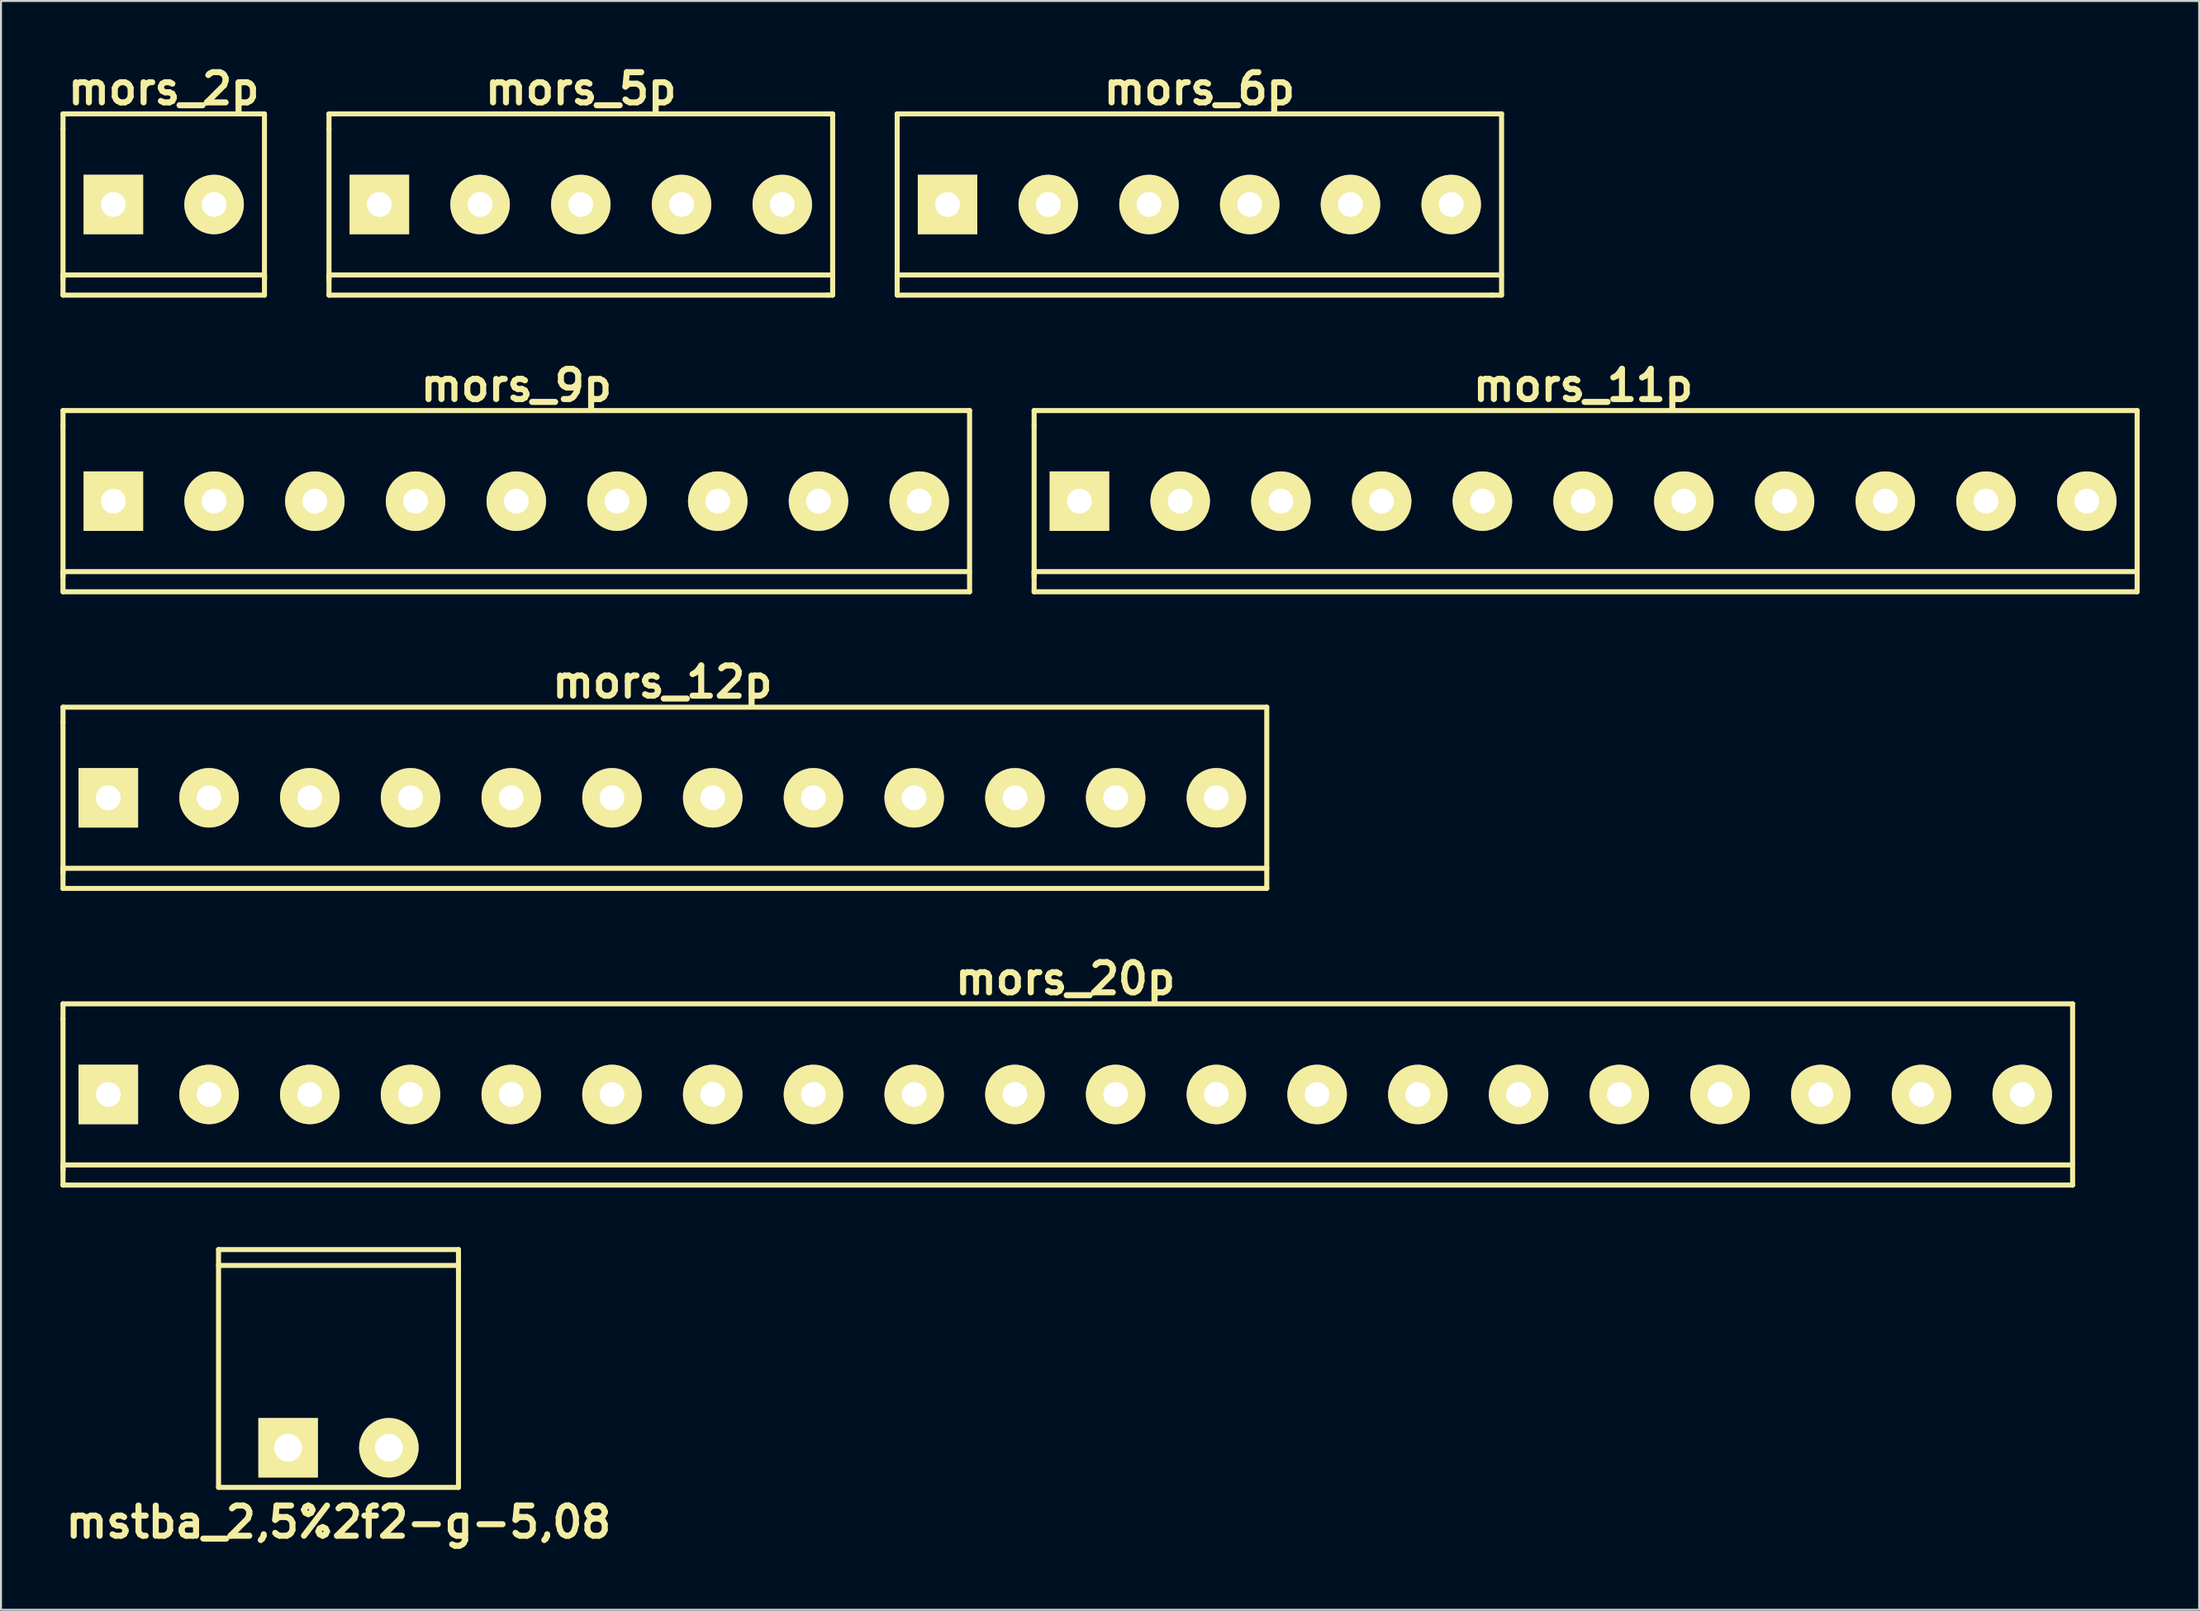
<source format=kicad_pcb>
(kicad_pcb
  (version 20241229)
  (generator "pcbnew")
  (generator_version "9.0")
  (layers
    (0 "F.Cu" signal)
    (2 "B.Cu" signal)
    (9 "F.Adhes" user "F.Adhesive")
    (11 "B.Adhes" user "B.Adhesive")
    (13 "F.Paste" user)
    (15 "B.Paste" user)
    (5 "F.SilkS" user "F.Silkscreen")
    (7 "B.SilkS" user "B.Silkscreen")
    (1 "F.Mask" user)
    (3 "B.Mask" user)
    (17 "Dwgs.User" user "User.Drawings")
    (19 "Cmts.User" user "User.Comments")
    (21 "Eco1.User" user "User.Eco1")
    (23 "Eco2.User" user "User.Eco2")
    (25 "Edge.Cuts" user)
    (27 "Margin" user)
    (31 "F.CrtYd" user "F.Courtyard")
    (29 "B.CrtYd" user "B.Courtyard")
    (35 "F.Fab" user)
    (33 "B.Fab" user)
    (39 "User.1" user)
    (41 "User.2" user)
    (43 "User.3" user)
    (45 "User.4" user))
  (footprint "mors_11p"
    (layer "F.Cu")
    (at 76.787 22.236)
    (property "Reference" "mors_11p" (at 0 -5.842 0) (layer "F.SilkS") (effects (font (size 1.524 1.524) (thickness 0.305))))
    (attr through_hole)
    (fp_line (start -27.686 -4.572) (end -27.686 -3.81) (stroke (width 0.254) (type solid)) (layer "F.SilkS"))
    (fp_line (start -27.686 3.81) (end -27.686 -3.81) (stroke (width 0.254) (type solid)) (layer "F.SilkS"))
    (fp_line (start -27.686 4.572) (end -27.686 3.556) (stroke (width 0.254) (type solid)) (layer "F.SilkS"))
    (fp_line (start -27.686 4.572) (end 27.94 4.572) (stroke (width 0.254) (type solid)) (layer "F.SilkS"))
    (fp_line (start 27.94 -4.572) (end -27.686 -4.572) (stroke (width 0.254) (type solid)) (layer "F.SilkS"))
    (fp_line (start 27.94 -4.572) (end 27.94 4.572) (stroke (width 0.254) (type solid)) (layer "F.SilkS"))
    (fp_line (start 27.94 3.556) (end -27.686 3.556) (stroke (width 0.254) (type solid)) (layer "F.SilkS"))
    (pad "1" thru_hole rect (at -25.4 0) (size 3 3) (drill 1.25) (layers "*.Cu" "*.Mask" "F.SilkS"))
    (pad "2" thru_hole circle (at -20.32 0) (size 3 3) (drill 1.25) (layers "*.Cu" "*.Mask" "F.SilkS"))
    (pad "3" thru_hole circle (at -15.24 0) (size 3 3) (drill 1.25) (layers "*.Cu" "*.Mask" "F.SilkS"))
    (pad "4" thru_hole circle (at -10.16 0) (size 3 3) (drill 1.25) (layers "*.Cu" "*.Mask" "F.SilkS"))
    (pad "5" thru_hole circle (at -5.08 0) (size 3 3) (drill 1.25) (layers "*.Cu" "*.Mask" "F.SilkS"))
    (pad "6" thru_hole circle (at 0 0) (size 3 3) (drill 1.25) (layers "*.Cu" "*.Mask" "F.SilkS"))
    (pad "7" thru_hole circle (at 5.08 0) (size 3 3) (drill 1.25) (layers "*.Cu" "*.Mask" "F.SilkS"))
    (pad "8" thru_hole circle (at 10.16 0) (size 3 3) (drill 1.25) (layers "*.Cu" "*.Mask" "F.SilkS"))
    (pad "9" thru_hole circle (at 15.24 0) (size 3 3) (drill 1.25) (layers "*.Cu" "*.Mask" "F.SilkS"))
    (pad "10" thru_hole circle (at 20.32 0) (size 3 3) (drill 1.25) (layers "*.Cu" "*.Mask" "F.SilkS"))
    (pad "11" thru_hole circle (at 25.4 0) (size 3 3) (drill 1.25) (layers "*.Cu" "*.Mask" "F.SilkS")))
  (footprint "mors_20p"
    (layer "F.Cu")
    (at 50.673 52.171)
    (property "Reference" "mors_20p" (at 0 -5.842 0) (layer "F.SilkS") (effects (font (size 1.524 1.524) (thickness 0.305))))
    (attr through_hole)
    (fp_line (start -50.546 -4.572) (end -50.546 -3.81) (stroke (width 0.254) (type solid)) (layer "F.SilkS"))
    (fp_line (start -50.546 3.81) (end -50.546 -3.81) (stroke (width 0.254) (type solid)) (layer "F.SilkS"))
    (fp_line (start -50.546 4.572) (end -50.546 3.556) (stroke (width 0.254) (type solid)) (layer "F.SilkS"))
    (fp_line (start -50.546 4.572) (end 50.8 4.572) (stroke (width 0.254) (type solid)) (layer "F.SilkS"))
    (fp_line (start 50.8 -4.572) (end -50.546 -4.572) (stroke (width 0.254) (type solid)) (layer "F.SilkS"))
    (fp_line (start 50.8 -4.572) (end 50.8 4.572) (stroke (width 0.254) (type solid)) (layer "F.SilkS"))
    (fp_line (start 50.8 3.556) (end -50.546 3.556) (stroke (width 0.254) (type solid)) (layer "F.SilkS"))
    (pad "1" thru_hole rect (at -48.26 0) (size 3 3) (drill 1.25) (layers "*.Cu" "*.Mask" "F.SilkS"))
    (pad "2" thru_hole circle (at -43.18 0) (size 3 3) (drill 1.25) (layers "*.Cu" "*.Mask" "F.SilkS"))
    (pad "3" thru_hole circle (at -38.1 0) (size 3 3) (drill 1.25) (layers "*.Cu" "*.Mask" "F.SilkS"))
    (pad "4" thru_hole circle (at -33.02 0) (size 3 3) (drill 1.25) (layers "*.Cu" "*.Mask" "F.SilkS"))
    (pad "5" thru_hole circle (at -27.94 0) (size 3 3) (drill 1.25) (layers "*.Cu" "*.Mask" "F.SilkS"))
    (pad "6" thru_hole circle (at -22.86 0) (size 3 3) (drill 1.25) (layers "*.Cu" "*.Mask" "F.SilkS"))
    (pad "7" thru_hole circle (at -17.78 0) (size 3 3) (drill 1.25) (layers "*.Cu" "*.Mask" "F.SilkS"))
    (pad "8" thru_hole circle (at -12.7 0) (size 3 3) (drill 1.25) (layers "*.Cu" "*.Mask" "F.SilkS"))
    (pad "9" thru_hole circle (at -7.62 0) (size 3 3) (drill 1.25) (layers "*.Cu" "*.Mask" "F.SilkS"))
    (pad "10" thru_hole circle (at -2.54 0) (size 3 3) (drill 1.25) (layers "*.Cu" "*.Mask" "F.SilkS"))
    (pad "11" thru_hole circle (at 2.54 0) (size 3 3) (drill 1.25) (layers "*.Cu" "*.Mask" "F.SilkS"))
    (pad "12" thru_hole circle (at 7.62 0) (size 3 3) (drill 1.25) (layers "*.Cu" "*.Mask" "F.SilkS"))
    (pad "13" thru_hole circle (at 12.7 0) (size 3 3) (drill 1.25) (layers "*.Cu" "*.Mask" "F.SilkS"))
    (pad "14" thru_hole circle (at 17.78 0) (size 3 3) (drill 1.25) (layers "*.Cu" "*.Mask" "F.SilkS"))
    (pad "15" thru_hole circle (at 22.86 0) (size 3 3) (drill 1.25) (layers "*.Cu" "*.Mask" "F.SilkS"))
    (pad "16" thru_hole circle (at 27.94 0) (size 3 3) (drill 1.25) (layers "*.Cu" "*.Mask" "F.SilkS"))
    (pad "17" thru_hole circle (at 33.02 0) (size 3 3) (drill 1.25) (layers "*.Cu" "*.Mask" "F.SilkS"))
    (pad "18" thru_hole circle (at 38.1 0) (size 3 3) (drill 1.25) (layers "*.Cu" "*.Mask" "F.SilkS"))
    (pad "19" thru_hole circle (at 43.18 0) (size 3 3) (drill 1.25) (layers "*.Cu" "*.Mask" "F.SilkS"))
    (pad "20" thru_hole circle (at 48.26 0) (size 3 3) (drill 1.25) (layers "*.Cu" "*.Mask" "F.SilkS")))
  (footprint "mstba_2,5%2f2-g-5,08"
    (layer "F.Cu")
    (at 14.021 69.997)
    (property "Reference" "mstba_2,5%2f2-g-5,08" (at 0 3.749 0) (layer "F.SilkS") (effects (font (size 1.524 1.524) (thickness 0.305))))
    (attr through_hole)
    (fp_line (start -6.05 -9.2) (end 6.05 -9.2) (stroke (width 0.254) (type solid)) (layer "F.SilkS"))
    (fp_line (start -6.05 1.999) (end -6.05 -10) (stroke (width 0.254) (type solid)) (layer "F.SilkS"))
    (fp_line (start 6.05 -10) (end -6.05 -10) (stroke (width 0.254) (type solid)) (layer "F.SilkS"))
    (fp_line (start 6.05 1.999) (end -6.05 1.999) (stroke (width 0.254) (type solid)) (layer "F.SilkS"))
    (fp_line (start 6.05 1.999) (end 6.05 -10) (stroke (width 0.254) (type solid)) (layer "F.SilkS"))
    (pad "1" thru_hole rect (at -2.54 0) (size 3 3) (drill 1.4) (layers "*.Cu" "*.Mask" "F.SilkS"))
    (pad "2" thru_hole circle (at 2.54 0) (size 3 3) (drill 1.4) (layers "*.Cu" "*.Mask" "F.SilkS")))
  (footprint "mors_5p"
    (layer "F.Cu")
    (at 26.241 7.268)
    (property "Reference" "mors_5p" (at 0 -5.842 0) (layer "F.SilkS") (effects (font (size 1.524 1.524) (thickness 0.305))))
    (attr through_hole)
    (fp_line (start -12.7 -4.572) (end -12.7 -3.81) (stroke (width 0.254) (type solid)) (layer "F.SilkS"))
    (fp_line (start -12.7 -4.572) (end 12.446 -4.572) (stroke (width 0.254) (type solid)) (layer "F.SilkS"))
    (fp_line (start -12.7 3.81) (end -12.7 -3.81) (stroke (width 0.254) (type solid)) (layer "F.SilkS"))
    (fp_line (start -12.7 4.572) (end -12.7 3.556) (stroke (width 0.254) (type solid)) (layer "F.SilkS"))
    (fp_line (start 12.446 3.556) (end -12.7 3.556) (stroke (width 0.254) (type solid)) (layer "F.SilkS"))
    (fp_line (start 12.446 4.572) (end -12.7 4.572) (stroke (width 0.254) (type solid)) (layer "F.SilkS"))
    (fp_line (start 12.7 -4.572) (end 12.446 -4.572) (stroke (width 0.254) (type solid)) (layer "F.SilkS"))
    (fp_line (start 12.7 -4.572) (end 12.7 4.572) (stroke (width 0.254) (type solid)) (layer "F.SilkS"))
    (fp_line (start 12.7 3.556) (end 12.446 3.556) (stroke (width 0.254) (type solid)) (layer "F.SilkS"))
    (fp_line (start 12.7 4.572) (end 12.446 4.572) (stroke (width 0.254) (type solid)) (layer "F.SilkS"))
    (pad "1" thru_hole rect (at -10.16 0) (size 3 3) (drill 1.25) (layers "*.Cu" "*.Mask" "F.SilkS"))
    (pad "2" thru_hole circle (at -5.08 0) (size 3 3) (drill 1.25) (layers "*.Cu" "*.Mask" "F.SilkS"))
    (pad "3" thru_hole circle (at 0 0) (size 3 3) (drill 1.25) (layers "*.Cu" "*.Mask" "F.SilkS"))
    (pad "4" thru_hole circle (at 5.08 0) (size 3 3) (drill 1.25) (layers "*.Cu" "*.Mask" "F.SilkS"))
    (pad "5" thru_hole circle (at 10.16 0) (size 3 3) (drill 1.25) (layers "*.Cu" "*.Mask" "F.SilkS")))
  (footprint "mors_9p"
    (layer "F.Cu")
    (at 22.987 22.236)
    (property "Reference" "mors_9p" (at 0 -5.842 0) (layer "F.SilkS") (effects (font (size 1.524 1.524) (thickness 0.305))))
    (attr through_hole)
    (fp_line (start -22.86 -4.572) (end -22.86 -3.81) (stroke (width 0.254) (type solid)) (layer "F.SilkS"))
    (fp_line (start -22.86 3.81) (end -22.86 -3.81) (stroke (width 0.254) (type solid)) (layer "F.SilkS"))
    (fp_line (start -22.86 4.572) (end -22.86 3.556) (stroke (width 0.254) (type solid)) (layer "F.SilkS"))
    (fp_line (start -22.86 4.572) (end 22.86 4.572) (stroke (width 0.254) (type solid)) (layer "F.SilkS"))
    (fp_line (start 22.86 -4.572) (end -22.86 -4.572) (stroke (width 0.254) (type solid)) (layer "F.SilkS"))
    (fp_line (start 22.86 -4.572) (end 22.86 4.572) (stroke (width 0.254) (type solid)) (layer "F.SilkS"))
    (fp_line (start 22.86 3.556) (end -22.86 3.556) (stroke (width 0.254) (type solid)) (layer "F.SilkS"))
    (pad "1" thru_hole rect (at -20.32 0) (size 3 3) (drill 1.25) (layers "*.Cu" "*.Mask" "F.SilkS"))
    (pad "2" thru_hole circle (at -15.24 0) (size 3 3) (drill 1.25) (layers "*.Cu" "*.Mask" "F.SilkS"))
    (pad "3" thru_hole circle (at -10.16 0) (size 3 3) (drill 1.25) (layers "*.Cu" "*.Mask" "F.SilkS"))
    (pad "4" thru_hole circle (at -5.08 0) (size 3 3) (drill 1.25) (layers "*.Cu" "*.Mask" "F.SilkS"))
    (pad "5" thru_hole circle (at 0 0) (size 3 3) (drill 1.25) (layers "*.Cu" "*.Mask" "F.SilkS"))
    (pad "6" thru_hole circle (at 5.08 0) (size 3 3) (drill 1.25) (layers "*.Cu" "*.Mask" "F.SilkS"))
    (pad "7" thru_hole circle (at 10.16 0) (size 3 3) (drill 1.25) (layers "*.Cu" "*.Mask" "F.SilkS"))
    (pad "8" thru_hole circle (at 15.24 0) (size 3 3) (drill 1.25) (layers "*.Cu" "*.Mask" "F.SilkS"))
    (pad "9" thru_hole circle (at 20.32 0) (size 3 3) (drill 1.25) (layers "*.Cu" "*.Mask" "F.SilkS")))
  (footprint "mors_12p"
    (layer "F.Cu")
    (at 30.353 37.203)
    (property "Reference" "mors_12p" (at 0 -5.842 0) (layer "F.SilkS") (effects (font (size 1.524 1.524) (thickness 0.305))))
    (attr through_hole)
    (fp_line (start -30.226 -4.572) (end -30.226 -3.81) (stroke (width 0.254) (type solid)) (layer "F.SilkS"))
    (fp_line (start -30.226 3.81) (end -30.226 -3.81) (stroke (width 0.254) (type solid)) (layer "F.SilkS"))
    (fp_line (start -30.226 4.572) (end -30.226 3.556) (stroke (width 0.254) (type solid)) (layer "F.SilkS"))
    (fp_line (start -30.226 4.572) (end 30.48 4.572) (stroke (width 0.254) (type solid)) (layer "F.SilkS"))
    (fp_line (start 30.48 -4.572) (end -30.226 -4.572) (stroke (width 0.254) (type solid)) (layer "F.SilkS"))
    (fp_line (start 30.48 -4.572) (end 30.48 4.572) (stroke (width 0.254) (type solid)) (layer "F.SilkS"))
    (fp_line (start 30.48 3.556) (end -30.226 3.556) (stroke (width 0.254) (type solid)) (layer "F.SilkS"))
    (pad "1" thru_hole rect (at -27.94 0) (size 3 3) (drill 1.25) (layers "*.Cu" "*.Mask" "F.SilkS"))
    (pad "2" thru_hole circle (at -22.86 0) (size 3 3) (drill 1.25) (layers "*.Cu" "*.Mask" "F.SilkS"))
    (pad "3" thru_hole circle (at -17.78 0) (size 3 3) (drill 1.25) (layers "*.Cu" "*.Mask" "F.SilkS"))
    (pad "4" thru_hole circle (at -12.7 0) (size 3 3) (drill 1.25) (layers "*.Cu" "*.Mask" "F.SilkS"))
    (pad "5" thru_hole circle (at -7.62 0) (size 3 3) (drill 1.25) (layers "*.Cu" "*.Mask" "F.SilkS"))
    (pad "6" thru_hole circle (at -2.54 0) (size 3 3) (drill 1.25) (layers "*.Cu" "*.Mask" "F.SilkS"))
    (pad "7" thru_hole circle (at 2.54 0) (size 3 3) (drill 1.25) (layers "*.Cu" "*.Mask" "F.SilkS"))
    (pad "8" thru_hole circle (at 7.62 0) (size 3 3) (drill 1.25) (layers "*.Cu" "*.Mask" "F.SilkS"))
    (pad "9" thru_hole circle (at 12.7 0) (size 3 3) (drill 1.25) (layers "*.Cu" "*.Mask" "F.SilkS"))
    (pad "10" thru_hole circle (at 17.78 0) (size 3 3) (drill 1.25) (layers "*.Cu" "*.Mask" "F.SilkS"))
    (pad "11" thru_hole circle (at 22.86 0) (size 3 3) (drill 1.25) (layers "*.Cu" "*.Mask" "F.SilkS"))
    (pad "12" thru_hole circle (at 27.94 0) (size 3 3) (drill 1.25) (layers "*.Cu" "*.Mask" "F.SilkS")))
  (footprint "mors_6p"
    (layer "F.Cu")
    (at 57.435 7.268)
    (property "Reference" "mors_6p" (at 0 -5.842 0) (layer "F.SilkS") (effects (font (size 1.524 1.524) (thickness 0.305))))
    (attr through_hole)
    (fp_line (start -15.24 -4.572) (end -15.24 -3.81) (stroke (width 0.254) (type solid)) (layer "F.SilkS"))
    (fp_line (start -15.24 3.81) (end -15.24 -3.81) (stroke (width 0.254) (type solid)) (layer "F.SilkS"))
    (fp_line (start -15.24 4.572) (end -15.24 3.556) (stroke (width 0.254) (type solid)) (layer "F.SilkS"))
    (fp_line (start -15.24 4.572) (end 14.732 4.572) (stroke (width 0.254) (type solid)) (layer "F.SilkS"))
    (fp_line (start 14.732 -4.572) (end -15.24 -4.572) (stroke (width 0.254) (type solid)) (layer "F.SilkS"))
    (fp_line (start 14.732 -4.572) (end 15.24 -4.572) (stroke (width 0.254) (type solid)) (layer "F.SilkS"))
    (fp_line (start 14.732 3.556) (end -15.24 3.556) (stroke (width 0.254) (type solid)) (layer "F.SilkS"))
    (fp_line (start 14.732 4.572) (end 15.24 4.572) (stroke (width 0.254) (type solid)) (layer "F.SilkS"))
    (fp_line (start 15.24 -4.572) (end 15.24 4.572) (stroke (width 0.254) (type solid)) (layer "F.SilkS"))
    (fp_line (start 15.24 3.556) (end 14.732 3.556) (stroke (width 0.254) (type solid)) (layer "F.SilkS"))
    (pad "1" thru_hole rect (at -12.7 0) (size 3 3) (drill 1.25) (layers "*.Cu" "*.Mask" "F.SilkS"))
    (pad "2" thru_hole circle (at -7.62 0) (size 3 3) (drill 1.25) (layers "*.Cu" "*.Mask" "F.SilkS"))
    (pad "3" thru_hole circle (at -2.54 0) (size 3 3) (drill 1.25) (layers "*.Cu" "*.Mask" "F.SilkS"))
    (pad "4" thru_hole circle (at 2.54 0) (size 3 3) (drill 1.25) (layers "*.Cu" "*.Mask" "F.SilkS"))
    (pad "5" thru_hole circle (at 7.62 0) (size 3 3) (drill 1.25) (layers "*.Cu" "*.Mask" "F.SilkS"))
    (pad "6" thru_hole circle (at 12.7 0) (size 3 3) (drill 1.25) (layers "*.Cu" "*.Mask" "F.SilkS")))
  (footprint "mors_2p"
    (layer "F.Cu")
    (at 5.207 7.268)
    (property "Reference" "mors_2p" (at 0 -5.842 0) (layer "F.SilkS") (effects (font (size 1.524 1.524) (thickness 0.305))))
    (attr through_hole)
    (fp_line (start -5.08 -4.572) (end -5.08 -3.81) (stroke (width 0.254) (type solid)) (layer "F.SilkS"))
    (fp_line (start -5.08 -3.81) (end -5.08 3.81) (stroke (width 0.254) (type solid)) (layer "F.SilkS"))
    (fp_line (start -5.08 3.556) (end 5.08 3.556) (stroke (width 0.254) (type solid)) (layer "F.SilkS"))
    (fp_line (start -5.08 4.572) (end -5.08 3.556) (stroke (width 0.254) (type solid)) (layer "F.SilkS"))
    (fp_line (start 5.08 -4.572) (end -5.08 -4.572) (stroke (width 0.254) (type solid)) (layer "F.SilkS"))
    (fp_line (start 5.08 -3.81) (end 5.08 -4.572) (stroke (width 0.254) (type solid)) (layer "F.SilkS"))
    (fp_line (start 5.08 3.556) (end 5.08 4.572) (stroke (width 0.254) (type solid)) (layer "F.SilkS"))
    (fp_line (start 5.08 3.81) (end 5.08 -3.81) (stroke (width 0.254) (type solid)) (layer "F.SilkS"))
    (fp_line (start 5.08 4.572) (end -5.08 4.572) (stroke (width 0.254) (type solid)) (layer "F.SilkS"))
    (pad "1" thru_hole rect (at -2.54 0) (size 3 3) (drill 1.25) (layers "*.Cu" "*.Mask" "F.SilkS"))
    (pad "2" thru_hole circle (at 2.54 0) (size 3 3) (drill 1.25) (layers "*.Cu" "*.Mask" "F.SilkS")))
  (gr_rect
    (start -3 -3)
    (end 107.854 78.172)
    (stroke (width 0.1) (type default))
    (fill no)
    (layer "Edge.Cuts")))
</source>
